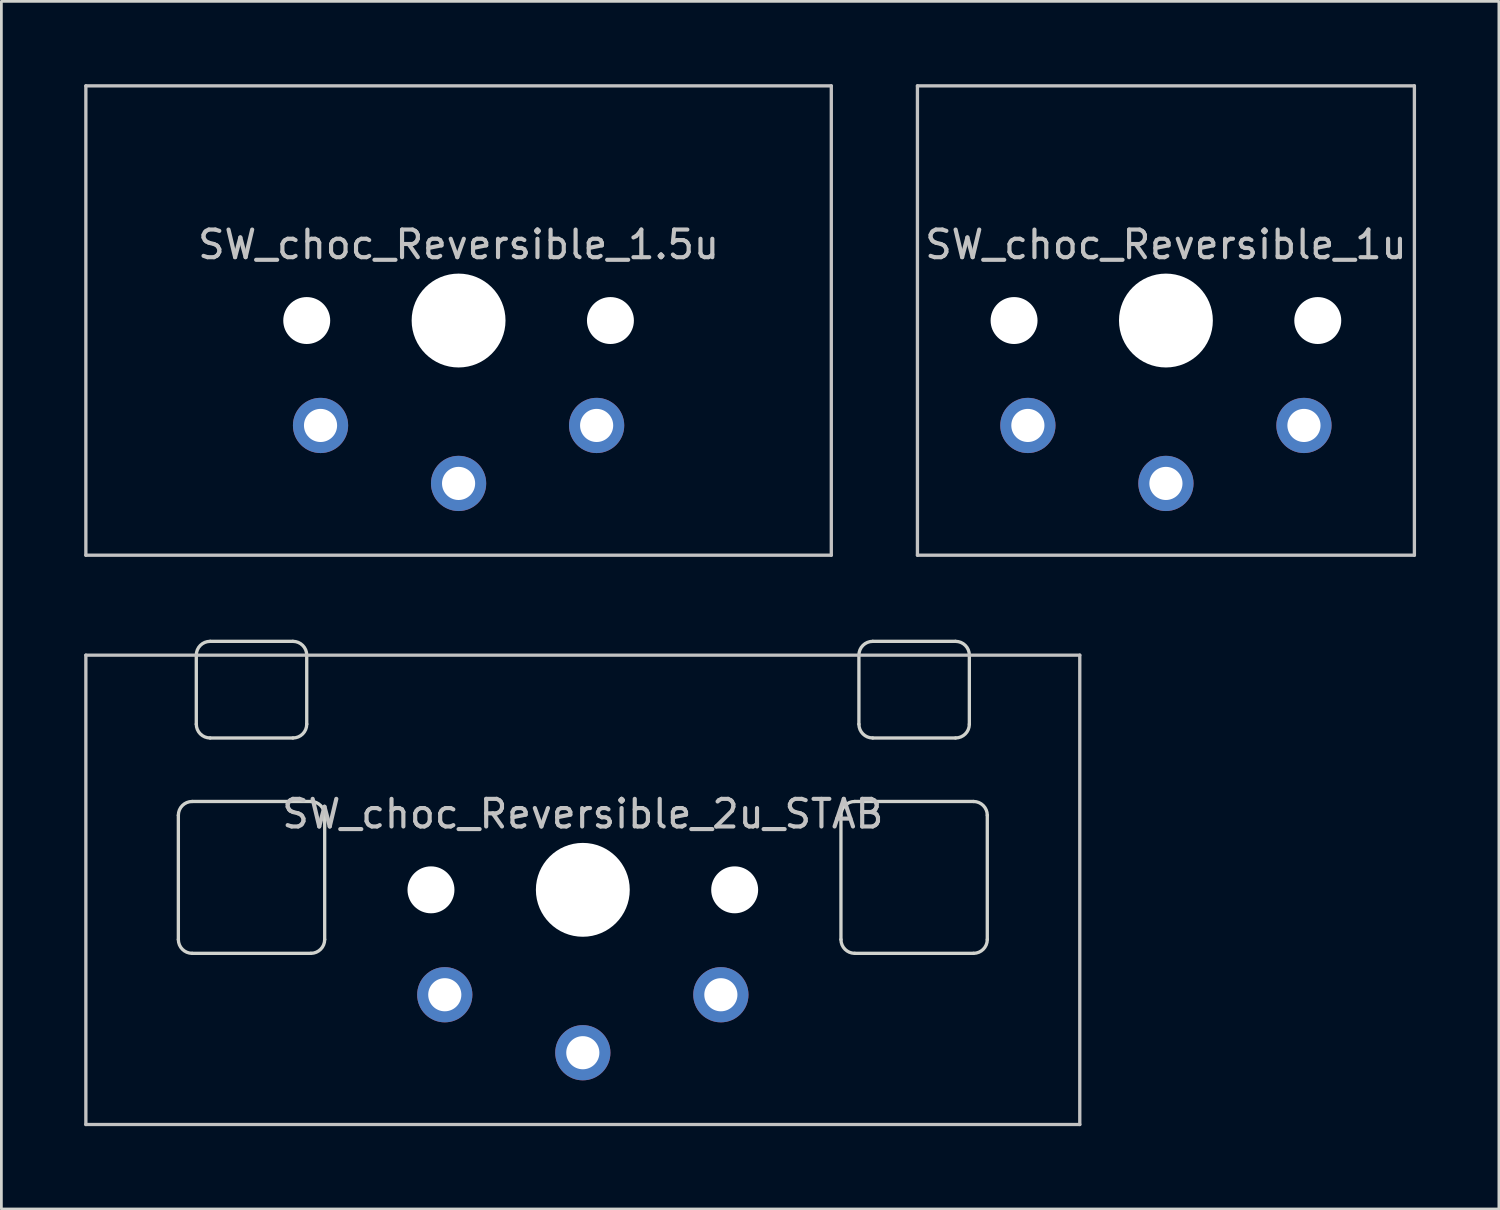
<source format=kicad_pcb>
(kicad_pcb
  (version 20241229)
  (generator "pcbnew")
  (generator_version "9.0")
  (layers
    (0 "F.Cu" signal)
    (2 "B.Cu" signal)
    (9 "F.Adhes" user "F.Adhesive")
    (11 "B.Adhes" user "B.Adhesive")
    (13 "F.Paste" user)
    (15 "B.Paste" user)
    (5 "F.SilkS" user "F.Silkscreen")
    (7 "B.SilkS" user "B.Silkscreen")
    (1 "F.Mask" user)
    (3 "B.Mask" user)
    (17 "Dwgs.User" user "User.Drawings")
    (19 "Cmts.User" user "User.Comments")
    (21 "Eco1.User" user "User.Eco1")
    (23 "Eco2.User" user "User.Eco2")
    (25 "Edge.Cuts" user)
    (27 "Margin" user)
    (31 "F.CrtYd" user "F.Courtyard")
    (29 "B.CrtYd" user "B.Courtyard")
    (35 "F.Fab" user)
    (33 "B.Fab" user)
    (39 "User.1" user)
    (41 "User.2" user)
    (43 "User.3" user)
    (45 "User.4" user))
  (footprint "SW_choc_Reversible_1.5u"
    (layer "F.Cu")
    (at 13.56 8.56)
    (property "Reference" "SW_choc_Reversible_1.5u" (at 0 -2.75 180) (layer "Dwgs.User") (effects (font (size 1 1) (thickness 0.15))))
    (attr through_hole exclude_from_pos_files exclude_from_bom)
    (fp_line (start -13.5 -8.5) (end 13.5 -8.5) (stroke (width 0.12) (type solid)) (layer "Dwgs.User"))
    (fp_line (start -13.5 8.5) (end -13.5 -8.5) (stroke (width 0.12) (type solid)) (layer "Dwgs.User"))
    (fp_line (start 13.5 -8.5) (end 13.5 8.5) (stroke (width 0.12) (type solid)) (layer "Dwgs.User"))
    (fp_line (start 13.5 8.5) (end -13.5 8.5) (stroke (width 0.12) (type solid)) (layer "Dwgs.User"))
    (fp_line (start -6.95 6.45) (end -6.95 -6.45) (stroke (width 0.05) (type solid)) (layer "Eco2.User"))
    (fp_line (start -6.45 -6.95) (end 6.45 -6.95) (stroke (width 0.05) (type solid)) (layer "Eco2.User"))
    (fp_line (start 6.45 6.95) (end -6.45 6.95) (stroke (width 0.05) (type solid)) (layer "Eco2.User"))
    (fp_line (start 6.95 -6.45) (end 6.95 6.45) (stroke (width 0.05) (type solid)) (layer "Eco2.User"))
    (fp_arc (start -6.95 -6.45) (mid -6.803553 -6.803553) (end -6.45 -6.95) (stroke (width 0.05) (type solid)) (layer "Eco2.User"))
    (fp_arc (start -6.45 6.95) (mid -6.803553 6.803553) (end -6.95 6.45) (stroke (width 0.05) (type solid)) (layer "Eco2.User"))
    (fp_arc (start 6.45 -6.95) (mid 6.803553 -6.803553) (end 6.95 -6.45) (stroke (width 0.05) (type solid)) (layer "Eco2.User"))
    (fp_arc (start 6.95 6.45) (mid 6.803553 6.803553) (end 6.45 6.95) (stroke (width 0.05) (type solid)) (layer "Eco2.User"))
    (pad "" np_thru_hole circle (at -5.5 0 180) (size 1.7 1.7) (drill 1.7) (layers "*.Cu" "*.Mask"))
    (pad "" np_thru_hole circle (at 0 0 180) (size 3.4 3.4) (drill 3.4) (layers "*.Cu" "*.Mask"))
    (pad "" np_thru_hole circle (at 5.5 0 180) (size 1.7 1.7) (drill 1.7) (layers "*.Cu" "*.Mask"))
    (pad "1" thru_hole circle (at -5 3.8 180) (size 2 2) (drill 1.2) (layers "*.Cu" "B.Mask"))
    (pad "1" thru_hole circle (at 5 3.8) (size 2 2) (drill 1.2) (layers "*.Cu" "B.Mask"))
    (pad "2" thru_hole circle (at 0 5.9 180) (size 2 2) (drill 1.2) (layers "*.Cu" "B.Mask")))
  (footprint "SW_choc_Reversible_2u_STAB"
    (layer "F.Cu")
    (at 18.06 29.18)
    (property "Reference" "SW_choc_Reversible_2u_STAB" (at 0 -2.75 180) (layer "Dwgs.User") (effects (font (size 1 1) (thickness 0.15))))
    (attr exclude_from_pos_files exclude_from_bom)
    (fp_line (start -18 -8.5) (end 18 -8.5) (stroke (width 0.12) (type solid)) (layer "Dwgs.User"))
    (fp_line (start -18 8.5) (end -18 -8.5) (stroke (width 0.12) (type solid)) (layer "Dwgs.User"))
    (fp_line (start 18 -8.5) (end 18 8.5) (stroke (width 0.12) (type solid)) (layer "Dwgs.User"))
    (fp_line (start 18 8.5) (end -18 8.5) (stroke (width 0.12) (type solid)) (layer "Dwgs.User"))
    (fp_line (start -15.15 2.55) (end -15.15 -3.3) (stroke (width 0.05) (type solid)) (layer "Eco2.User"))
    (fp_line (start -14.65 -3.8) (end -14.3 -3.8) (stroke (width 0.05) (type solid)) (layer "Eco2.User"))
    (fp_line (start -14.65 3.05) (end -9.35 3.05) (stroke (width 0.05) (type solid)) (layer "Eco2.User"))
    (fp_line (start -13.8 -4.3) (end -13.8 -7.95) (stroke (width 0.05) (type solid)) (layer "Eco2.User"))
    (fp_line (start -13.3 -8.45) (end -10.7 -8.45) (stroke (width 0.05) (type solid)) (layer "Eco2.User"))
    (fp_line (start -10.2 -4.3) (end -10.2 -7.95) (stroke (width 0.05) (type solid)) (layer "Eco2.User"))
    (fp_line (start -9.35 -3.8) (end -9.7 -3.8) (stroke (width 0.05) (type solid)) (layer "Eco2.User"))
    (fp_line (start -8.85 2.55) (end -8.85 -3.3) (stroke (width 0.05) (type solid)) (layer "Eco2.User"))
    (fp_line (start -6.95 6.45) (end -6.95 -6.45) (stroke (width 0.05) (type solid)) (layer "Eco2.User"))
    (fp_line (start -6.45 -6.95) (end 6.45 -6.95) (stroke (width 0.05) (type solid)) (layer "Eco2.User"))
    (fp_line (start 6.45 6.95) (end -6.45 6.95) (stroke (width 0.05) (type solid)) (layer "Eco2.User"))
    (fp_line (start 6.95 -6.45) (end 6.95 6.45) (stroke (width 0.05) (type solid)) (layer "Eco2.User"))
    (fp_line (start 8.85 2.55) (end 8.85 -3.3) (stroke (width 0.05) (type solid)) (layer "Eco2.User"))
    (fp_line (start 9.35 -3.8) (end 9.7 -3.8) (stroke (width 0.05) (type solid)) (layer "Eco2.User"))
    (fp_line (start 10.2 -4.3) (end 10.2 -7.95) (stroke (width 0.05) (type solid)) (layer "Eco2.User"))
    (fp_line (start 13.3 -8.45) (end 10.7 -8.45) (stroke (width 0.05) (type solid)) (layer "Eco2.User"))
    (fp_line (start 13.8 -4.3) (end 13.8 -7.95) (stroke (width 0.05) (type solid)) (layer "Eco2.User"))
    (fp_line (start 14.65 -3.8) (end 14.3 -3.8) (stroke (width 0.05) (type solid)) (layer "Eco2.User"))
    (fp_line (start 14.65 3.05) (end 9.35 3.05) (stroke (width 0.05) (type solid)) (layer "Eco2.User"))
    (fp_line (start 15.15 2.55) (end 15.15 -3.3) (stroke (width 0.05) (type solid)) (layer "Eco2.User"))
    (fp_arc (start -15.15 -3.3) (mid -15.003553 -3.653553) (end -14.65 -3.8) (stroke (width 0.05) (type solid)) (layer "Eco2.User"))
    (fp_arc (start -14.65 3.05) (mid -15.003553 2.903553) (end -15.15 2.55) (stroke (width 0.05) (type solid)) (layer "Eco2.User"))
    (fp_arc (start -13.8 -7.95) (mid -13.653553 -8.303553) (end -13.3 -8.45) (stroke (width 0.05) (type solid)) (layer "Eco2.User"))
    (fp_arc (start -13.8 -4.3) (mid -13.946447 -3.946447) (end -14.3 -3.8) (stroke (width 0.05) (type solid)) (layer "Eco2.User"))
    (fp_arc (start -10.7 -8.45) (mid -10.346447 -8.303553) (end -10.2 -7.95) (stroke (width 0.05) (type solid)) (layer "Eco2.User"))
    (fp_arc (start -9.7 -3.8) (mid -10.053553 -3.946447) (end -10.2 -4.3) (stroke (width 0.05) (type solid)) (layer "Eco2.User"))
    (fp_arc (start -9.35 -3.8) (mid -8.996447 -3.653553) (end -8.85 -3.3) (stroke (width 0.05) (type solid)) (layer "Eco2.User"))
    (fp_arc (start -8.85 2.55) (mid -8.996447 2.903553) (end -9.35 3.05) (stroke (width 0.05) (type solid)) (layer "Eco2.User"))
    (fp_arc (start -6.95 -6.45) (mid -6.803553 -6.803553) (end -6.45 -6.95) (stroke (width 0.05) (type solid)) (layer "Eco2.User"))
    (fp_arc (start -6.45 6.95) (mid -6.803553 6.803553) (end -6.95 6.45) (stroke (width 0.05) (type solid)) (layer "Eco2.User"))
    (fp_arc (start 6.45 -6.95) (mid 6.803553 -6.803553) (end 6.95 -6.45) (stroke (width 0.05) (type solid)) (layer "Eco2.User"))
    (fp_arc (start 6.95 6.45) (mid 6.803553 6.803553) (end 6.45 6.95) (stroke (width 0.05) (type solid)) (layer "Eco2.User"))
    (fp_arc (start 8.85 -3.3) (mid 8.996447 -3.653553) (end 9.35 -3.8) (stroke (width 0.05) (type solid)) (layer "Eco2.User"))
    (fp_arc (start 9.35 3.05) (mid 8.996447 2.903553) (end 8.85 2.55) (stroke (width 0.05) (type solid)) (layer "Eco2.User"))
    (fp_arc (start 10.2 -7.95) (mid 10.346447 -8.303553) (end 10.7 -8.45) (stroke (width 0.05) (type solid)) (layer "Eco2.User"))
    (fp_arc (start 10.2 -4.3) (mid 10.053553 -3.946447) (end 9.7 -3.8) (stroke (width 0.05) (type solid)) (layer "Eco2.User"))
    (fp_arc (start 13.3 -8.45) (mid 13.653553 -8.303553) (end 13.8 -7.95) (stroke (width 0.05) (type solid)) (layer "Eco2.User"))
    (fp_arc (start 14.3 -3.8) (mid 13.946447 -3.946447) (end 13.8 -4.3) (stroke (width 0.05) (type solid)) (layer "Eco2.User"))
    (fp_arc (start 14.65 -3.8) (mid 15.003553 -3.653553) (end 15.15 -3.3) (stroke (width 0.05) (type solid)) (layer "Eco2.User"))
    (fp_arc (start 15.15 2.55) (mid 15.003553 2.903553) (end 14.65 3.05) (stroke (width 0.05) (type solid)) (layer "Eco2.User"))
    (fp_line (start -14.65 1.8) (end -14.65 -2.7) (stroke (width 0.12) (type solid)) (layer "Edge.Cuts"))
    (fp_line (start -14.15 -3.2) (end -9.85 -3.2) (stroke (width 0.12) (type solid)) (layer "Edge.Cuts"))
    (fp_line (start -14.15 2.3) (end -9.85 2.3) (stroke (width 0.12) (type solid)) (layer "Edge.Cuts"))
    (fp_line (start -14 -6) (end -14 -8.5) (stroke (width 0.12) (type solid)) (layer "Edge.Cuts"))
    (fp_line (start -13.5 -9) (end -10.5 -9) (stroke (width 0.12) (type solid)) (layer "Edge.Cuts"))
    (fp_line (start -13.5 -5.5) (end -10.5 -5.5) (stroke (width 0.12) (type solid)) (layer "Edge.Cuts"))
    (fp_line (start -10 -6) (end -10 -8.5) (stroke (width 0.12) (type solid)) (layer "Edge.Cuts"))
    (fp_line (start -9.35 1.8) (end -9.35 -2.7) (stroke (width 0.12) (type solid)) (layer "Edge.Cuts"))
    (fp_line (start 9.35 1.8) (end 9.35 -2.7) (stroke (width 0.12) (type solid)) (layer "Edge.Cuts"))
    (fp_line (start 10 -6) (end 10 -8.5) (stroke (width 0.12) (type solid)) (layer "Edge.Cuts"))
    (fp_line (start 13.5 -9) (end 10.5 -9) (stroke (width 0.12) (type solid)) (layer "Edge.Cuts"))
    (fp_line (start 13.5 -5.5) (end 10.5 -5.5) (stroke (width 0.12) (type solid)) (layer "Edge.Cuts"))
    (fp_line (start 14 -6) (end 14 -8.5) (stroke (width 0.12) (type solid)) (layer "Edge.Cuts"))
    (fp_line (start 14.15 -3.2) (end 9.85 -3.2) (stroke (width 0.12) (type solid)) (layer "Edge.Cuts"))
    (fp_line (start 14.15 2.3) (end 9.85 2.3) (stroke (width 0.12) (type solid)) (layer "Edge.Cuts"))
    (fp_line (start 14.65 1.8) (end 14.65 -2.7) (stroke (width 0.12) (type solid)) (layer "Edge.Cuts"))
    (fp_arc (start -14.65 -2.7) (mid -14.503553 -3.053553) (end -14.15 -3.2) (stroke (width 0.12) (type solid)) (layer "Edge.Cuts"))
    (fp_arc (start -14.15 2.3) (mid -14.503553 2.153553) (end -14.65 1.8) (stroke (width 0.12) (type solid)) (layer "Edge.Cuts"))
    (fp_arc (start -14 -8.5) (mid -13.853553 -8.853553) (end -13.5 -9) (stroke (width 0.12) (type solid)) (layer "Edge.Cuts"))
    (fp_arc (start -13.5 -5.5) (mid -13.853553 -5.646447) (end -14 -6) (stroke (width 0.12) (type solid)) (layer "Edge.Cuts"))
    (fp_arc (start -10.5 -9) (mid -10.146447 -8.853553) (end -10 -8.5) (stroke (width 0.12) (type solid)) (layer "Edge.Cuts"))
    (fp_arc (start -10 -6) (mid -10.146447 -5.646447) (end -10.5 -5.5) (stroke (width 0.12) (type solid)) (layer "Edge.Cuts"))
    (fp_arc (start -9.85 -3.2) (mid -9.496447 -3.053553) (end -9.35 -2.7) (stroke (width 0.12) (type solid)) (layer "Edge.Cuts"))
    (fp_arc (start -9.35 1.8) (mid -9.496447 2.153553) (end -9.85 2.3) (stroke (width 0.12) (type solid)) (layer "Edge.Cuts"))
    (fp_arc (start 9.35 -2.7) (mid 9.496447 -3.053553) (end 9.85 -3.2) (stroke (width 0.12) (type solid)) (layer "Edge.Cuts"))
    (fp_arc (start 9.85 2.3) (mid 9.496447 2.153553) (end 9.35 1.8) (stroke (width 0.12) (type solid)) (layer "Edge.Cuts"))
    (fp_arc (start 10 -8.5) (mid 10.146447 -8.853553) (end 10.5 -9) (stroke (width 0.12) (type solid)) (layer "Edge.Cuts"))
    (fp_arc (start 10.5 -5.5) (mid 10.146447 -5.646447) (end 10 -6) (stroke (width 0.12) (type solid)) (layer "Edge.Cuts"))
    (fp_arc (start 13.5 -9) (mid 13.853553 -8.853553) (end 14 -8.5) (stroke (width 0.12) (type solid)) (layer "Edge.Cuts"))
    (fp_arc (start 14 -6) (mid 13.853553 -5.646447) (end 13.5 -5.5) (stroke (width 0.12) (type solid)) (layer "Edge.Cuts"))
    (fp_arc (start 14.15 -3.2) (mid 14.503553 -3.053553) (end 14.65 -2.7) (stroke (width 0.12) (type solid)) (layer "Edge.Cuts"))
    (fp_arc (start 14.65 1.8) (mid 14.503553 2.153553) (end 14.15 2.3) (stroke (width 0.12) (type solid)) (layer "Edge.Cuts"))
    (pad "" np_thru_hole circle (at -5.5 0 180) (size 1.7 1.7) (drill 1.7) (layers "*.Cu" "*.Mask"))
    (pad "" np_thru_hole circle (at 0 0 180) (size 3.4 3.4) (drill 3.4) (layers "*.Cu" "*.Mask"))
    (pad "" np_thru_hole circle (at 5.5 0 180) (size 1.7 1.7) (drill 1.7) (layers "*.Cu" "*.Mask"))
    (pad "1" thru_hole circle (at -5 3.8 180) (size 2 2) (drill 1.2) (layers "*.Cu" "B.Mask"))
    (pad "1" thru_hole circle (at 5 3.8) (size 2 2) (drill 1.2) (layers "*.Cu" "B.Mask"))
    (pad "2" thru_hole circle (at 0 5.9 180) (size 2 2) (drill 1.2) (layers "*.Cu" "B.Mask")))
  (footprint "SW_choc_Reversible_1u"
    (layer "F.Cu")
    (at 39.18 8.56)
    (property "Reference" "SW_choc_Reversible_1u" (at 0 -2.75 180) (layer "Dwgs.User") (effects (font (size 1 1) (thickness 0.15))))
    (attr through_hole exclude_from_pos_files exclude_from_bom)
    (fp_line (start -9 -8.5) (end 9 -8.5) (stroke (width 0.12) (type solid)) (layer "Dwgs.User"))
    (fp_line (start -9 8.5) (end -9 -8.5) (stroke (width 0.12) (type solid)) (layer "Dwgs.User"))
    (fp_line (start 9 -8.5) (end 9 8.5) (stroke (width 0.12) (type solid)) (layer "Dwgs.User"))
    (fp_line (start 9 8.5) (end -9 8.5) (stroke (width 0.12) (type solid)) (layer "Dwgs.User"))
    (fp_line (start -6.95 6.45) (end -6.95 -6.45) (stroke (width 0.05) (type solid)) (layer "Eco2.User"))
    (fp_line (start -6.45 -6.95) (end 6.45 -6.95) (stroke (width 0.05) (type solid)) (layer "Eco2.User"))
    (fp_line (start 6.45 6.95) (end -6.45 6.95) (stroke (width 0.05) (type solid)) (layer "Eco2.User"))
    (fp_line (start 6.95 -6.45) (end 6.95 6.45) (stroke (width 0.05) (type solid)) (layer "Eco2.User"))
    (fp_arc (start -6.95 -6.45) (mid -6.803553 -6.803553) (end -6.45 -6.95) (stroke (width 0.05) (type solid)) (layer "Eco2.User"))
    (fp_arc (start -6.45 6.95) (mid -6.803553 6.803553) (end -6.95 6.45) (stroke (width 0.05) (type solid)) (layer "Eco2.User"))
    (fp_arc (start 6.45 -6.95) (mid 6.803553 -6.803553) (end 6.95 -6.45) (stroke (width 0.05) (type solid)) (layer "Eco2.User"))
    (fp_arc (start 6.95 6.45) (mid 6.803553 6.803553) (end 6.45 6.95) (stroke (width 0.05) (type solid)) (layer "Eco2.User"))
    (pad "" np_thru_hole circle (at -5.5 0 180) (size 1.7 1.7) (drill 1.7) (layers "*.Cu" "*.Mask"))
    (pad "" np_thru_hole circle (at 0 0 180) (size 3.4 3.4) (drill 3.4) (layers "*.Cu" "*.Mask"))
    (pad "" np_thru_hole circle (at 5.5 0 180) (size 1.7 1.7) (drill 1.7) (layers "*.Cu" "*.Mask"))
    (pad "1" thru_hole circle (at -5 3.8 180) (size 2 2) (drill 1.2) (layers "*.Cu" "B.Mask"))
    (pad "1" thru_hole circle (at 5 3.8) (size 2 2) (drill 1.2) (layers "*.Cu" "B.Mask"))
    (pad "2" thru_hole circle (at 0 5.9 180) (size 2 2) (drill 1.2) (layers "*.Cu" "B.Mask")))
  (gr_rect
    (start -3 -3)
    (end 51.24 40.74)
    (stroke (width 0.1) (type default))
    (fill no)
    (layer "Edge.Cuts")))
</source>
